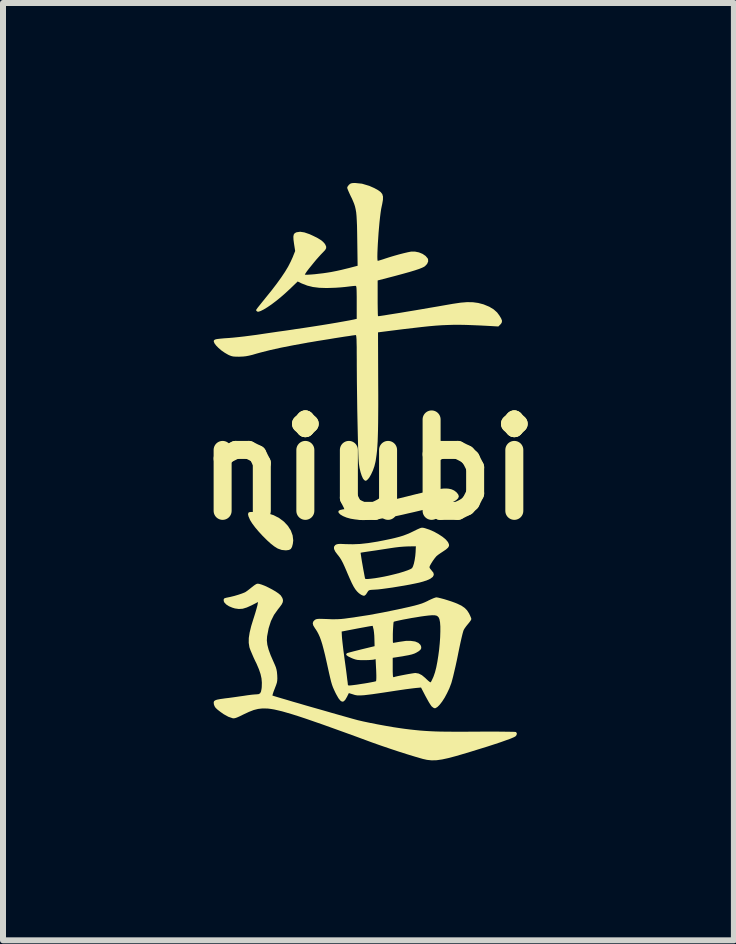
<source format=kicad_pcb>
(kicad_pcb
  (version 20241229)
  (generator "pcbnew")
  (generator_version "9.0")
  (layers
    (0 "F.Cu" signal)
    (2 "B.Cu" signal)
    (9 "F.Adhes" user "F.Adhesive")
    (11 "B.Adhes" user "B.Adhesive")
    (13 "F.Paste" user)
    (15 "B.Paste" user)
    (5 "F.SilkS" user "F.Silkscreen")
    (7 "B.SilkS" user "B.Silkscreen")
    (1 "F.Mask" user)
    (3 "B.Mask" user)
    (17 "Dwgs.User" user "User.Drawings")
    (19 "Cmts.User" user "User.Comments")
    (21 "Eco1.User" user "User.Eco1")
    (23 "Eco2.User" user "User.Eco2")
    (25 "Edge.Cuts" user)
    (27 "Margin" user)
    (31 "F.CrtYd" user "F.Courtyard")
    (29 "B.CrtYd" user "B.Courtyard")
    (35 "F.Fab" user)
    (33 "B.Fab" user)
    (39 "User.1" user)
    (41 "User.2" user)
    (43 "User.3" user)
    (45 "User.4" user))
  (footprint "niubi"
    (layer "F.Cu")
    (at 3.092 4.776)
    (property "Reference" "niubi" (at 0 0 0) (layer "F.SilkS") (effects (font (size 1.524 1.524) (thickness 0.3))))
    (attr board_only exclude_from_pos_files exclude_from_bom)
    (fp_poly (pts (xy -1.879 0.708) (xy -1.821 0.711) (xy -1.762 0.716) (xy -1.709 0.723) (xy -1.681 0.729) (xy -1.58 0.762) (xy -1.488 0.81) (xy -1.408 0.87) (xy -1.343 0.94) (xy -1.294 1.017) (xy -1.264 1.099) (xy -1.254 1.183) (xy -1.261 1.24) (xy -1.275 1.292) (xy -1.295 1.325) (xy -1.325 1.341) (xy -1.37 1.347) (xy -1.383 1.347) (xy -1.446 1.341) (xy -1.506 1.32) (xy -1.519 1.314) (xy -1.57 1.282) (xy -1.63 1.235) (xy -1.696 1.175) (xy -1.764 1.107) (xy -1.83 1.035) (xy -1.89 0.964) (xy -1.939 0.898) (xy -1.975 0.84) (xy -1.976 0.836) (xy -2 0.781) (xy -2.008 0.743) (xy -1.999 0.719) (xy -1.993 0.714) (xy -1.971 0.709) (xy -1.931 0.707)) (stroke (width 0) (type solid)) (fill yes) (layer "F.SilkS"))
    (fp_poly (pts (xy 1.33 0.319) (xy 1.362 0.325) (xy 1.386 0.331) (xy 1.428 0.35) (xy 1.466 0.379) (xy 1.494 0.413) (xy 1.506 0.444) (xy 1.506 0.447) (xy 1.495 0.479) (xy 1.461 0.512) (xy 1.409 0.541) (xy 1.35 0.563) (xy 1.306 0.575) (xy 1.243 0.592) (xy 1.163 0.612) (xy 1.071 0.635) (xy 0.97 0.659) (xy 0.866 0.684) (xy 0.761 0.709) (xy 0.659 0.732) (xy 0.565 0.754) (xy 0.482 0.772) (xy 0.414 0.786) (xy 0.367 0.795) (xy 0.294 0.807) (xy 0.213 0.818) (xy 0.128 0.828) (xy 0.048 0.836) (xy -0.024 0.841) (xy -0.08 0.843) (xy -0.098 0.843) (xy -0.133 0.841) (xy -0.181 0.837) (xy -0.225 0.832) (xy -0.298 0.82) (xy -0.366 0.801) (xy -0.424 0.777) (xy -0.468 0.751) (xy -0.496 0.723) (xy -0.502 0.703) (xy -0.495 0.687) (xy -0.472 0.675) (xy -0.429 0.665) (xy -0.366 0.656) (xy -0.355 0.655) (xy -0.264 0.644) (xy -0.157 0.627) (xy -0.033 0.605) (xy 0.108 0.575) (xy 0.269 0.539) (xy 0.45 0.496) (xy 0.646 0.448) (xy 0.785 0.413) (xy 0.903 0.385) (xy 1.002 0.361) (xy 1.085 0.344) (xy 1.153 0.331) (xy 1.209 0.322) (xy 1.256 0.317) (xy 1.296 0.317)) (stroke (width 0) (type solid)) (fill yes) (layer "F.SilkS"))
    (fp_poly (pts (xy 0.92 0.973) (xy 0.941 0.978) (xy 1.016 1.003) (xy 1.094 1.037) (xy 1.169 1.079) (xy 1.236 1.123) (xy 1.29 1.168) (xy 1.325 1.21) (xy 1.341 1.245) (xy 1.343 1.274) (xy 1.326 1.303) (xy 1.291 1.334) (xy 1.245 1.365) (xy 1.201 1.394) (xy 1.161 1.422) (xy 1.134 1.444) (xy 1.13 1.448) (xy 1.103 1.481) (xy 1.074 1.521) (xy 1.048 1.562) (xy 1.027 1.599) (xy 1.017 1.624) (xy 1.016 1.628) (xy 1.025 1.649) (xy 1.046 1.676) (xy 1.053 1.684) (xy 1.083 1.722) (xy 1.089 1.757) (xy 1.072 1.79) (xy 1.031 1.821) (xy 0.967 1.85) (xy 0.878 1.877) (xy 0.844 1.886) (xy 0.774 1.901) (xy 0.69 1.918) (xy 0.597 1.935) (xy 0.499 1.951) (xy 0.402 1.967) (xy 0.31 1.98) (xy 0.228 1.991) (xy 0.161 1.999) (xy 0.116 2.002) (xy 0.064 2.005) (xy 0.03 2.008) (xy 0.009 2.014) (xy -0.004 2.025) (xy -0.015 2.041) (xy -0.041 2.082) (xy -0.063 2.102) (xy -0.086 2.104) (xy -0.117 2.091) (xy -0.129 2.084) (xy -0.161 2.061) (xy -0.19 2.033) (xy -0.219 1.997) (xy -0.248 1.951) (xy -0.279 1.891) (xy -0.314 1.814) (xy -0.356 1.717) (xy -0.362 1.702) (xy -0.397 1.621) (xy -0.426 1.558) (xy -0.452 1.509) (xy -0.477 1.469) (xy -0.503 1.434) (xy -0.511 1.425) (xy -0.539 1.388) (xy -0.131 1.388) (xy -0.13 1.401) (xy -0.125 1.432) (xy -0.118 1.479) (xy -0.109 1.535) (xy -0.098 1.597) (xy -0.087 1.66) (xy -0.076 1.718) (xy -0.067 1.767) (xy -0.06 1.803) (xy -0.056 1.82) (xy -0.042 1.825) (xy -0.008 1.825) (xy 0.044 1.82) (xy 0.108 1.812) (xy 0.182 1.8) (xy 0.263 1.785) (xy 0.338 1.769) (xy 0.429 1.747) (xy 0.514 1.725) (xy 0.59 1.702) (xy 0.653 1.68) (xy 0.699 1.661) (xy 0.725 1.645) (xy 0.727 1.643) (xy 0.742 1.615) (xy 0.757 1.569) (xy 0.77 1.509) (xy 0.78 1.441) (xy 0.786 1.372) (xy 0.786 1.366) (xy 0.79 1.28) (xy 0.661 1.282) (xy 0.596 1.285) (xy 0.517 1.291) (xy 0.435 1.301) (xy 0.374 1.31) (xy 0.296 1.322) (xy 0.205 1.336) (xy 0.114 1.35) (xy 0.044 1.36) (xy -0.018 1.369) (xy -0.07 1.377) (xy -0.109 1.383) (xy -0.129 1.387) (xy -0.131 1.388) (xy -0.539 1.388) (xy -0.553 1.369) (xy -0.574 1.325) (xy -0.575 1.289) (xy -0.555 1.261) (xy -0.546 1.255) (xy -0.529 1.247) (xy -0.505 1.242) (xy -0.471 1.24) (xy -0.42 1.242) (xy -0.378 1.244) (xy -0.26 1.246) (xy -0.136 1.241) (xy -0.001 1.226) (xy 0.149 1.202) (xy 0.252 1.182) (xy 0.358 1.16) (xy 0.445 1.14) (xy 0.518 1.121) (xy 0.58 1.102) (xy 0.638 1.08) (xy 0.695 1.056) (xy 0.757 1.026) (xy 0.757 1.026) (xy 0.812 0.999) (xy 0.85 0.982) (xy 0.877 0.972) (xy 0.899 0.97)) (stroke (width 0) (type solid)) (fill yes) (layer "F.SilkS"))
    (fp_poly (pts (xy -1.827 1.905) (xy -1.782 1.918) (xy -1.727 1.939) (xy -1.666 1.968) (xy -1.605 2) (xy -1.548 2.033) (xy -1.501 2.065) (xy -1.467 2.094) (xy -1.459 2.104) (xy -1.435 2.142) (xy -1.425 2.176) (xy -1.428 2.21) (xy -1.446 2.248) (xy -1.481 2.296) (xy -1.509 2.331) (xy -1.575 2.424) (xy -1.626 2.527) (xy -1.664 2.646) (xy -1.69 2.782) (xy -1.694 2.849) (xy -1.686 2.921) (xy -1.665 3.002) (xy -1.631 3.095) (xy -1.59 3.189) (xy -1.563 3.25) (xy -1.544 3.296) (xy -1.533 3.335) (xy -1.526 3.373) (xy -1.522 3.418) (xy -1.521 3.43) (xy -1.519 3.481) (xy -1.521 3.519) (xy -1.527 3.554) (xy -1.54 3.594) (xy -1.561 3.648) (xy -1.561 3.649) (xy -1.58 3.697) (xy -1.593 3.736) (xy -1.6 3.761) (xy -1.601 3.768) (xy -1.588 3.772) (xy -1.554 3.783) (xy -1.501 3.799) (xy -1.433 3.819) (xy -1.351 3.843) (xy -1.258 3.871) (xy -1.156 3.9) (xy -1.048 3.932) (xy -0.936 3.964) (xy -0.823 3.996) (xy -0.711 4.028) (xy -0.604 4.059) (xy -0.502 4.088) (xy -0.41 4.114) (xy -0.328 4.137) (xy -0.261 4.156) (xy -0.209 4.17) (xy -0.184 4.177) (xy -0.086 4.2) (xy 0.029 4.224) (xy 0.156 4.249) (xy 0.287 4.273) (xy 0.415 4.295) (xy 0.535 4.313) (xy 0.606 4.323) (xy 0.695 4.334) (xy 0.778 4.343) (xy 0.858 4.351) (xy 0.938 4.357) (xy 1.021 4.362) (xy 1.109 4.366) (xy 1.207 4.369) (xy 1.317 4.37) (xy 1.442 4.371) (xy 1.584 4.371) (xy 1.748 4.37) (xy 1.788 4.37) (xy 1.913 4.369) (xy 2.03 4.369) (xy 2.138 4.369) (xy 2.234 4.37) (xy 2.316 4.371) (xy 2.382 4.372) (xy 2.429 4.373) (xy 2.454 4.375) (xy 2.459 4.376) (xy 2.473 4.397) (xy 2.469 4.425) (xy 2.449 4.449) (xy 2.446 4.451) (xy 2.416 4.466) (xy 2.364 4.488) (xy 2.291 4.514) (xy 2.202 4.546) (xy 2.096 4.581) (xy 1.976 4.62) (xy 1.843 4.661) (xy 1.701 4.705) (xy 1.55 4.75) (xy 1.457 4.777) (xy 1.333 4.81) (xy 1.227 4.833) (xy 1.135 4.846) (xy 1.052 4.848) (xy 0.976 4.84) (xy 0.908 4.825) (xy 0.787 4.79) (xy 0.649 4.748) (xy 0.501 4.701) (xy 0.351 4.651) (xy 0.204 4.601) (xy 0.068 4.553) (xy 0.024 4.537) (xy -0.203 4.453) (xy -0.41 4.378) (xy -0.596 4.311) (xy -0.763 4.251) (xy -0.913 4.199) (xy -1.046 4.153) (xy -1.164 4.114) (xy -1.268 4.081) (xy -1.36 4.054) (xy -1.44 4.031) (xy -1.511 4.014) (xy -1.573 4) (xy -1.627 3.991) (xy -1.675 3.985) (xy -1.696 3.984) (xy -1.77 3.983) (xy -1.84 3.991) (xy -1.912 4.009) (xy -1.992 4.04) (xy -2.086 4.084) (xy -2.09 4.086) (xy -2.149 4.115) (xy -2.192 4.134) (xy -2.222 4.144) (xy -2.245 4.148) (xy -2.266 4.146) (xy -2.267 4.145) (xy -2.335 4.122) (xy -2.413 4.079) (xy -2.467 4.041) (xy -2.516 4.003) (xy -2.548 3.973) (xy -2.566 3.945) (xy -2.577 3.914) (xy -2.577 3.913) (xy -2.58 3.885) (xy -2.575 3.864) (xy -2.558 3.849) (xy -2.526 3.837) (xy -2.475 3.827) (xy -2.404 3.817) (xy -2.4 3.816) (xy -2.324 3.807) (xy -2.236 3.795) (xy -2.147 3.782) (xy -2.082 3.773) (xy -2.016 3.763) (xy -1.954 3.755) (xy -1.903 3.75) (xy -1.868 3.748) (xy -1.865 3.748) (xy -1.83 3.744) (xy -1.806 3.73) (xy -1.791 3.701) (xy -1.782 3.654) (xy -1.779 3.626) (xy -1.777 3.553) (xy -1.783 3.483) (xy -1.799 3.41) (xy -1.826 3.33) (xy -1.866 3.236) (xy -1.885 3.198) (xy -1.916 3.132) (xy -1.943 3.069) (xy -1.966 3.015) (xy -1.981 2.974) (xy -1.985 2.96) (xy -1.996 2.889) (xy -1.995 2.809) (xy -1.981 2.718) (xy -1.955 2.611) (xy -1.924 2.51) (xy -1.902 2.441) (xy -1.882 2.376) (xy -1.866 2.32) (xy -1.855 2.279) (xy -1.851 2.264) (xy -1.841 2.209) (xy -1.948 2.264) (xy -2.028 2.3) (xy -2.097 2.321) (xy -2.161 2.325) (xy -2.226 2.316) (xy -2.269 2.303) (xy -2.326 2.279) (xy -2.372 2.249) (xy -2.403 2.216) (xy -2.413 2.192) (xy -2.413 2.162) (xy -2.4 2.146) (xy -2.367 2.137) (xy -2.367 2.137) (xy -2.303 2.124) (xy -2.234 2.107) (xy -2.167 2.087) (xy -2.108 2.067) (xy -2.063 2.049) (xy -2.048 2.041) (xy -2.011 2.015) (xy -1.969 1.982) (xy -1.943 1.961) (xy -1.907 1.933) (xy -1.875 1.912) (xy -1.856 1.904)) (stroke (width 0) (type solid)) (fill yes) (layer "F.SilkS"))
    (fp_poly (pts (xy 1.159 2.135) (xy 1.204 2.146) (xy 1.261 2.161) (xy 1.322 2.18) (xy 1.384 2.2) (xy 1.439 2.22) (xy 1.479 2.236) (xy 1.55 2.27) (xy 1.602 2.306) (xy 1.642 2.346) (xy 1.674 2.395) (xy 1.677 2.4) (xy 1.696 2.44) (xy 1.71 2.474) (xy 1.715 2.492) (xy 1.707 2.512) (xy 1.686 2.542) (xy 1.661 2.573) (xy 1.629 2.612) (xy 1.6 2.653) (xy 1.586 2.678) (xy 1.578 2.702) (xy 1.566 2.746) (xy 1.551 2.808) (xy 1.534 2.883) (xy 1.516 2.968) (xy 1.497 3.06) (xy 1.492 3.086) (xy 1.472 3.184) (xy 1.451 3.28) (xy 1.43 3.37) (xy 1.411 3.45) (xy 1.394 3.515) (xy 1.381 3.561) (xy 1.379 3.566) (xy 1.348 3.648) (xy 1.31 3.728) (xy 1.27 3.803) (xy 1.228 3.868) (xy 1.187 3.921) (xy 1.149 3.959) (xy 1.117 3.978) (xy 1.105 3.98) (xy 1.081 3.971) (xy 1.054 3.949) (xy 1.049 3.944) (xy 1.032 3.919) (xy 1.006 3.878) (xy 0.977 3.826) (xy 0.947 3.771) (xy 0.876 3.634) (xy 0.79 3.642) (xy 0.754 3.646) (xy 0.698 3.653) (xy 0.627 3.662) (xy 0.545 3.674) (xy 0.457 3.687) (xy 0.392 3.697) (xy 0.261 3.717) (xy 0.152 3.733) (xy 0.062 3.746) (xy -0.012 3.755) (xy -0.071 3.762) (xy -0.118 3.765) (xy -0.156 3.766) (xy -0.187 3.765) (xy -0.213 3.761) (xy -0.238 3.755) (xy -0.252 3.75) (xy -0.327 3.727) (xy -0.36 3.793) (xy -0.387 3.839) (xy -0.413 3.865) (xy -0.44 3.87) (xy -0.468 3.853) (xy -0.5 3.813) (xy -0.536 3.75) (xy -0.551 3.721) (xy -0.573 3.674) (xy -0.592 3.631) (xy -0.608 3.587) (xy -0.623 3.536) (xy -0.638 3.475) (xy -0.656 3.397) (xy -0.668 3.343) (xy -0.698 3.207) (xy -0.724 3.092) (xy -0.748 2.996) (xy -0.769 2.917) (xy -0.79 2.85) (xy -0.81 2.795) (xy -0.831 2.748) (xy -0.853 2.706) (xy -0.856 2.701) (xy -0.447 2.701) (xy -0.443 2.78) (xy -0.44 2.819) (xy -0.434 2.877) (xy -0.426 2.946) (xy -0.417 3.022) (xy -0.41 3.074) (xy -0.397 3.171) (xy -0.384 3.265) (xy -0.372 3.353) (xy -0.362 3.432) (xy -0.354 3.499) (xy -0.347 3.549) (xy -0.344 3.581) (xy -0.343 3.591) (xy -0.339 3.597) (xy -0.324 3.6) (xy -0.297 3.599) (xy -0.254 3.594) (xy -0.192 3.586) (xy -0.111 3.573) (xy -0.082 3.569) (xy -0.015 3.558) (xy 0.044 3.547) (xy 0.09 3.538) (xy 0.119 3.531) (xy 0.126 3.528) (xy 0.129 3.513) (xy 0.131 3.478) (xy 0.131 3.428) (xy 0.129 3.367) (xy 0.128 3.34) (xy 0.126 3.304) (xy 0.404 3.304) (xy 0.404 3.37) (xy 0.406 3.416) (xy 0.408 3.444) (xy 0.412 3.458) (xy 0.418 3.462) (xy 0.424 3.461) (xy 0.45 3.453) (xy 0.493 3.443) (xy 0.548 3.432) (xy 0.609 3.42) (xy 0.669 3.409) (xy 0.723 3.4) (xy 0.763 3.394) (xy 0.783 3.392) (xy 0.837 3.401) (xy 0.89 3.428) (xy 0.947 3.475) (xy 0.961 3.489) (xy 0.993 3.519) (xy 1.019 3.54) (xy 1.034 3.548) (xy 1.035 3.548) (xy 1.045 3.535) (xy 1.06 3.505) (xy 1.079 3.464) (xy 1.086 3.447) (xy 1.109 3.38) (xy 1.13 3.298) (xy 1.148 3.206) (xy 1.164 3.105) (xy 1.178 3.001) (xy 1.188 2.897) (xy 1.195 2.796) (xy 1.198 2.702) (xy 1.198 2.618) (xy 1.193 2.548) (xy 1.183 2.496) (xy 1.172 2.469) (xy 1.155 2.449) (xy 1.134 2.436) (xy 1.103 2.43) (xy 1.06 2.429) (xy 1 2.434) (xy 0.933 2.442) (xy 0.869 2.451) (xy 0.798 2.463) (xy 0.722 2.475) (xy 0.647 2.489) (xy 0.577 2.502) (xy 0.515 2.515) (xy 0.465 2.526) (xy 0.433 2.534) (xy 0.421 2.539) (xy 0.417 2.554) (xy 0.414 2.587) (xy 0.411 2.633) (xy 0.408 2.687) (xy 0.406 2.744) (xy 0.406 2.797) (xy 0.406 2.843) (xy 0.407 2.876) (xy 0.41 2.89) (xy 0.411 2.89) (xy 0.426 2.888) (xy 0.46 2.882) (xy 0.506 2.874) (xy 0.526 2.871) (xy 0.623 2.857) (xy 0.708 2.857) (xy 0.778 2.867) (xy 0.832 2.89) (xy 0.866 2.923) (xy 0.877 2.948) (xy 0.88 2.977) (xy 0.869 3.001) (xy 0.842 3.026) (xy 0.801 3.051) (xy 0.766 3.068) (xy 0.724 3.082) (xy 0.669 3.095) (xy 0.597 3.108) (xy 0.572 3.113) (xy 0.404 3.139) (xy 0.404 3.304) (xy 0.126 3.304) (xy 0.119 3.161) (xy 0.081 3.17) (xy 0.052 3.173) (xy 0.007 3.176) (xy -0.048 3.178) (xy -0.08 3.178) (xy -0.14 3.177) (xy -0.184 3.174) (xy -0.22 3.166) (xy -0.258 3.153) (xy -0.288 3.14) (xy -0.339 3.115) (xy -0.367 3.094) (xy -0.372 3.076) (xy -0.356 3.061) (xy -0.355 3.061) (xy -0.338 3.055) (xy -0.301 3.045) (xy -0.248 3.031) (xy -0.184 3.015) (xy -0.117 2.998) (xy 0.102 2.945) (xy 0.099 2.829) (xy 0.097 2.771) (xy 0.092 2.715) (xy 0.086 2.671) (xy 0.083 2.659) (xy 0.07 2.606) (xy 0.02 2.613) (xy -0.009 2.618) (xy -0.057 2.627) (xy -0.118 2.638) (xy -0.188 2.651) (xy -0.239 2.661) (xy -0.447 2.701) (xy -0.856 2.701) (xy -0.877 2.667) (xy -0.892 2.646) (xy -0.921 2.598) (xy -0.929 2.561) (xy -0.917 2.529) (xy -0.898 2.511) (xy -0.884 2.501) (xy -0.869 2.495) (xy -0.848 2.491) (xy -0.817 2.489) (xy -0.772 2.49) (xy -0.709 2.492) (xy -0.681 2.493) (xy -0.616 2.496) (xy -0.562 2.496) (xy -0.511 2.495) (xy -0.458 2.492) (xy -0.399 2.486) (xy -0.327 2.476) (xy -0.236 2.464) (xy -0.227 2.462) (xy 0.007 2.426) (xy 0.245 2.382) (xy 0.494 2.331) (xy 0.68 2.29) (xy 0.767 2.269) (xy 0.836 2.25) (xy 0.893 2.232) (xy 0.942 2.212) (xy 0.991 2.189) (xy 0.995 2.186) (xy 1.044 2.163) (xy 1.088 2.144) (xy 1.121 2.133) (xy 1.131 2.131)) (stroke (width 0) (type solid)) (fill yes) (layer "F.SilkS"))
    (fp_poly (pts (xy -0.108 -4.764) (xy 0.013 -4.728) (xy 0.097 -4.691) (xy 0.159 -4.657) (xy 0.203 -4.625) (xy 0.23 -4.591) (xy 0.242 -4.549) (xy 0.241 -4.495) (xy 0.229 -4.426) (xy 0.22 -4.384) (xy 0.211 -4.34) (xy 0.202 -4.28) (xy 0.193 -4.207) (xy 0.184 -4.124) (xy 0.176 -4.035) (xy 0.168 -3.943) (xy 0.162 -3.851) (xy 0.156 -3.763) (xy 0.152 -3.681) (xy 0.149 -3.608) (xy 0.148 -3.549) (xy 0.149 -3.506) (xy 0.152 -3.482) (xy 0.155 -3.478) (xy 0.171 -3.482) (xy 0.205 -3.492) (xy 0.25 -3.506) (xy 0.276 -3.515) (xy 0.347 -3.538) (xy 0.427 -3.562) (xy 0.508 -3.585) (xy 0.586 -3.605) (xy 0.654 -3.621) (xy 0.705 -3.631) (xy 0.712 -3.632) (xy 0.776 -3.632) (xy 0.841 -3.619) (xy 0.902 -3.594) (xy 0.952 -3.56) (xy 0.986 -3.52) (xy 0.993 -3.506) (xy 0.995 -3.468) (xy 0.978 -3.428) (xy 0.944 -3.391) (xy 0.927 -3.379) (xy 0.894 -3.363) (xy 0.844 -3.343) (xy 0.775 -3.32) (xy 0.686 -3.293) (xy 0.575 -3.262) (xy 0.442 -3.226) (xy 0.404 -3.216) (xy 0.153 -3.151) (xy 0.153 -2.856) (xy 0.153 -2.774) (xy 0.154 -2.7) (xy 0.155 -2.638) (xy 0.156 -2.591) (xy 0.158 -2.562) (xy 0.159 -2.556) (xy 0.172 -2.556) (xy 0.207 -2.561) (xy 0.262 -2.569) (xy 0.334 -2.581) (xy 0.422 -2.595) (xy 0.524 -2.611) (xy 0.636 -2.63) (xy 0.758 -2.65) (xy 0.887 -2.672) (xy 1.02 -2.695) (xy 1.156 -2.718) (xy 1.293 -2.742) (xy 1.408 -2.762) (xy 1.536 -2.781) (xy 1.645 -2.79) (xy 1.742 -2.788) (xy 1.829 -2.776) (xy 1.913 -2.754) (xy 1.922 -2.751) (xy 2.014 -2.713) (xy 2.087 -2.669) (xy 2.144 -2.618) (xy 2.182 -2.567) (xy 2.211 -2.519) (xy 2.225 -2.483) (xy 2.224 -2.456) (xy 2.21 -2.43) (xy 2.197 -2.416) (xy 2.165 -2.384) (xy 1.992 -2.394) (xy 1.857 -2.401) (xy 1.735 -2.406) (xy 1.625 -2.41) (xy 1.521 -2.412) (xy 1.423 -2.412) (xy 1.325 -2.409) (xy 1.226 -2.405) (xy 1.122 -2.398) (xy 1.009 -2.388) (xy 0.886 -2.375) (xy 0.749 -2.359) (xy 0.594 -2.341) (xy 0.419 -2.319) (xy 0.371 -2.313) (xy 0.159 -2.286) (xy 0.162 -1.44) (xy 0.163 -1.242) (xy 0.163 -1.068) (xy 0.162 -0.914) (xy 0.161 -0.779) (xy 0.159 -0.66) (xy 0.156 -0.557) (xy 0.153 -0.466) (xy 0.148 -0.387) (xy 0.143 -0.317) (xy 0.136 -0.255) (xy 0.128 -0.198) (xy 0.12 -0.144) (xy 0.116 -0.125) (xy 0.099 -0.055) (xy 0.074 0.016) (xy 0.044 0.081) (xy 0.013 0.135) (xy -0.011 0.164) (xy -0.034 0.184) (xy -0.05 0.188) (xy -0.069 0.178) (xy -0.07 0.177) (xy -0.091 0.152) (xy -0.112 0.106) (xy -0.132 0.045) (xy -0.149 -0.026) (xy -0.159 -0.092) (xy -0.162 -0.126) (xy -0.166 -0.182) (xy -0.169 -0.258) (xy -0.172 -0.351) (xy -0.175 -0.46) (xy -0.178 -0.582) (xy -0.181 -0.715) (xy -0.184 -0.856) (xy -0.187 -1.003) (xy -0.189 -1.154) (xy -0.191 -1.307) (xy -0.193 -1.459) (xy -0.194 -1.607) (xy -0.195 -1.751) (xy -0.195 -1.828) (xy -0.196 -1.944) (xy -0.196 -2.038) (xy -0.198 -2.112) (xy -0.199 -2.167) (xy -0.202 -2.205) (xy -0.205 -2.229) (xy -0.209 -2.24) (xy -0.211 -2.241) (xy -0.23 -2.239) (xy -0.269 -2.234) (xy -0.325 -2.225) (xy -0.397 -2.215) (xy -0.479 -2.202) (xy -0.568 -2.188) (xy -0.663 -2.172) (xy -0.758 -2.157) (xy -0.852 -2.142) (xy -0.939 -2.127) (xy -1.019 -2.114) (xy -1.027 -2.112) (xy -1.253 -2.071) (xy -1.457 -2.031) (xy -1.637 -1.991) (xy -1.795 -1.951) (xy -1.861 -1.933) (xy -1.936 -1.911) (xy -1.995 -1.897) (xy -2.044 -1.888) (xy -2.09 -1.883) (xy -2.139 -1.881) (xy -2.155 -1.88) (xy -2.214 -1.881) (xy -2.256 -1.884) (xy -2.289 -1.892) (xy -2.322 -1.905) (xy -2.339 -1.913) (xy -2.396 -1.946) (xy -2.451 -1.984) (xy -2.5 -2.026) (xy -2.54 -2.067) (xy -2.568 -2.105) (xy -2.579 -2.135) (xy -2.578 -2.146) (xy -2.572 -2.156) (xy -2.561 -2.164) (xy -2.542 -2.171) (xy -2.512 -2.176) (xy -2.467 -2.181) (xy -2.403 -2.187) (xy -2.327 -2.192) (xy -2.257 -2.198) (xy -2.169 -2.207) (xy -2.071 -2.218) (xy -1.97 -2.231) (xy -1.871 -2.244) (xy -1.843 -2.248) (xy -1.744 -2.263) (xy -1.628 -2.28) (xy -1.505 -2.298) (xy -1.381 -2.315) (xy -1.265 -2.332) (xy -1.215 -2.34) (xy -1.071 -2.361) (xy -0.927 -2.383) (xy -0.786 -2.405) (xy -0.651 -2.427) (xy -0.527 -2.448) (xy -0.415 -2.468) (xy -0.32 -2.485) (xy -0.244 -2.5) (xy -0.224 -2.505) (xy -0.196 -2.511) (xy -0.196 -2.786) (xy -0.196 -2.876) (xy -0.197 -2.943) (xy -0.198 -2.992) (xy -0.2 -3.026) (xy -0.203 -3.046) (xy -0.207 -3.057) (xy -0.213 -3.061) (xy -0.217 -3.061) (xy -0.237 -3.06) (xy -0.276 -3.056) (xy -0.328 -3.05) (xy -0.386 -3.043) (xy -0.459 -3.036) (xy -0.546 -3.03) (xy -0.633 -3.027) (xy -0.699 -3.025) (xy -0.821 -3.029) (xy -0.926 -3.042) (xy -1.019 -3.065) (xy -1.107 -3.099) (xy -1.117 -3.103) (xy -1.18 -3.134) (xy -1.31 -3.009) (xy -1.387 -2.938) (xy -1.465 -2.87) (xy -1.543 -2.807) (xy -1.617 -2.751) (xy -1.686 -2.704) (xy -1.747 -2.667) (xy -1.797 -2.642) (xy -1.834 -2.63) (xy -1.856 -2.633) (xy -1.871 -2.65) (xy -1.874 -2.658) (xy -1.866 -2.67) (xy -1.846 -2.698) (xy -1.814 -2.738) (xy -1.774 -2.788) (xy -1.728 -2.845) (xy -1.725 -2.849) (xy -1.619 -2.98) (xy -1.53 -3.096) (xy -1.455 -3.2) (xy -1.392 -3.294) (xy -1.339 -3.382) (xy -1.296 -3.466) (xy -1.259 -3.548) (xy -1.256 -3.557) (xy -1.222 -3.642) (xy -1.241 -3.764) (xy -1.25 -3.832) (xy -1.252 -3.881) (xy -1.246 -3.915) (xy -1.232 -3.936) (xy -1.208 -3.951) (xy -1.195 -3.955) (xy -1.139 -3.963) (xy -1.068 -3.952) (xy -0.983 -3.923) (xy -0.92 -3.894) (xy -0.848 -3.858) (xy -0.796 -3.826) (xy -0.758 -3.796) (xy -0.73 -3.765) (xy -0.721 -3.751) (xy -0.706 -3.719) (xy -0.705 -3.69) (xy -0.721 -3.66) (xy -0.755 -3.623) (xy -0.768 -3.61) (xy -0.795 -3.582) (xy -0.831 -3.542) (xy -0.872 -3.496) (xy -0.914 -3.445) (xy -0.956 -3.393) (xy -0.995 -3.345) (xy -1.027 -3.303) (xy -1.049 -3.27) (xy -1.06 -3.252) (xy -1.06 -3.249) (xy -1.045 -3.246) (xy -1.009 -3.247) (xy -0.959 -3.25) (xy -0.897 -3.255) (xy -0.828 -3.263) (xy -0.758 -3.271) (xy -0.689 -3.281) (xy -0.627 -3.291) (xy -0.606 -3.295) (xy -0.535 -3.309) (xy -0.453 -3.327) (xy -0.372 -3.347) (xy -0.326 -3.358) (xy -0.181 -3.396) (xy -0.187 -3.826) (xy -0.189 -3.955) (xy -0.191 -4.062) (xy -0.195 -4.151) (xy -0.199 -4.225) (xy -0.205 -4.287) (xy -0.214 -4.339) (xy -0.225 -4.386) (xy -0.239 -4.429) (xy -0.257 -4.473) (xy -0.278 -4.521) (xy -0.294 -4.552) (xy -0.318 -4.604) (xy -0.338 -4.649) (xy -0.351 -4.682) (xy -0.355 -4.697) (xy -0.347 -4.718) (xy -0.327 -4.744) (xy -0.325 -4.746) (xy -0.303 -4.764) (xy -0.276 -4.773) (xy -0.236 -4.776) (xy -0.224 -4.776)) (stroke (width 0) (type solid)) (fill yes) (layer "F.SilkS")))
  (gr_rect
    (start -3 -3)
    (end 9.183 12.624)
    (stroke (width 0.1) (type default))
    (fill no)
    (layer "Edge.Cuts")))
</source>
